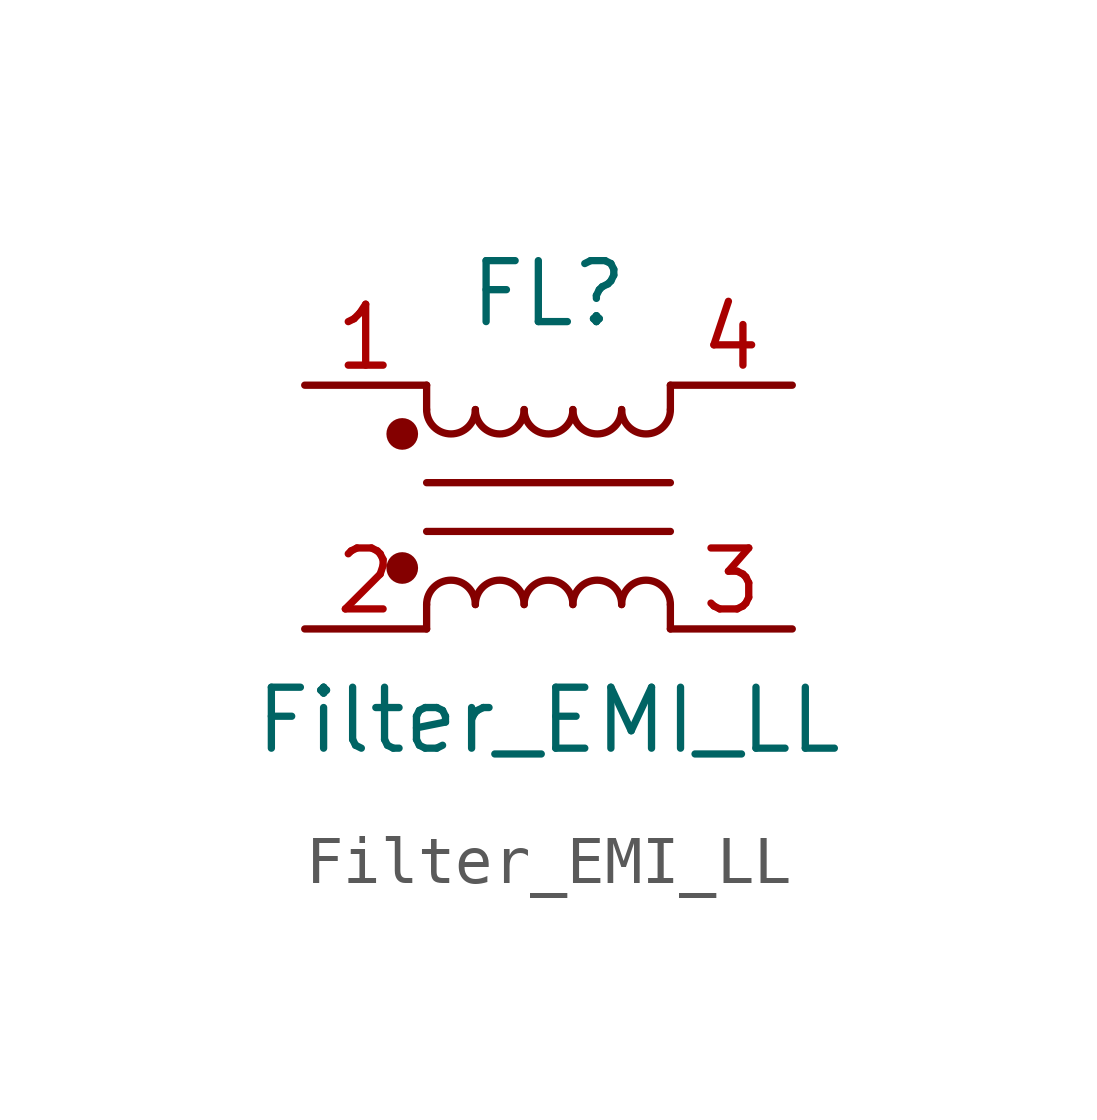
<source format=kicad_sym>
(kicad_symbol_lib
  (version 20241209)
  (generator "kicad_symbol_editor")
  (generator_version "9.0")
  (symbol "Filter_EMI_LL"
    (pin_names
      (offset 0.254)
      (hide yes))
    (property "Reference" "FL"
      (at 0 4.445 0)
      (effects (font (size 1.27 1.27))))
    (property "Value" "Filter_EMI_LL"
      (at 0 -4.445 0)
      (effects (font (size 1.27 1.27))))
    (symbol "Filter_EMI_LL_0_1"
      (circle (center -3.048 1.524) (radius 0.254) (stroke (width 0) (type default)) (fill (type outline)))
      (circle (center -3.048 -1.27) (radius 0.254) (stroke (width 0) (type default)) (fill (type outline)))
      (polyline (pts (xy -2.54 2.032) (xy -2.54 2.54)) (stroke (width 0) (type default)) (fill (type none)))
      (polyline (pts (xy -2.54 0.508) (xy 2.54 0.508)) (stroke (width 0) (type default)) (fill (type none)))
      (polyline (pts (xy -2.54 -2.032) (xy -2.54 -2.54)) (stroke (width 0) (type default)) (fill (type none)))
      (arc (start -1.524 2.032) (mid -2.032 1.5262) (end -2.54 2.032) (stroke (width 0) (type default)) (fill (type none)))
      (arc (start -2.54 -2.032) (mid -2.032 -1.5262) (end -1.524 -2.032) (stroke (width 0) (type default)) (fill (type none)))
      (arc (start -0.508 2.032) (mid -1.016 1.5262) (end -1.524 2.032) (stroke (width 0) (type default)) (fill (type none)))
      (arc (start -1.524 -2.032) (mid -1.016 -1.5262) (end -0.508 -2.032) (stroke (width 0) (type default)) (fill (type none)))
      (arc (start 0.508 2.032) (mid 0 1.5262) (end -0.508 2.032) (stroke (width 0) (type default)) (fill (type none)))
      (arc (start -0.508 -2.032) (mid 0 -1.5262) (end 0.508 -2.032) (stroke (width 0) (type default)) (fill (type none)))
      (arc (start 1.524 2.032) (mid 1.016 1.5262) (end 0.508 2.032) (stroke (width 0) (type default)) (fill (type none)))
      (arc (start 0.508 -2.032) (mid 1.016 -1.5262) (end 1.524 -2.032) (stroke (width 0) (type default)) (fill (type none)))
      (arc (start 2.54 2.032) (mid 2.032 1.5262) (end 1.524 2.032) (stroke (width 0) (type default)) (fill (type none)))
      (arc (start 1.524 -2.032) (mid 2.032 -1.5262) (end 2.54 -2.032) (stroke (width 0) (type default)) (fill (type none)))
      (polyline (pts (xy 2.54 2.54) (xy 2.54 2.032)) (stroke (width 0) (type default)) (fill (type none)))
      (polyline (pts (xy 2.54 -0.508) (xy -2.54 -0.508)) (stroke (width 0) (type default)) (fill (type none)))
      (polyline (pts (xy 2.54 -2.032) (xy 2.54 -2.54)) (stroke (width 0) (type default)) (fill (type none))))
    (symbol "Filter_EMI_LL_1_1"
      (pin passive line (at -5.08 2.54 0) (length 2.54) (name "1" (effects (font (size 1.27 1.27)))) (number "1" (effects (font (size 1.27 1.27)))))
      (pin passive line (at -5.08 -2.54 0) (length 2.54) (name "2" (effects (font (size 1.27 1.27)))) (number "2" (effects (font (size 1.27 1.27)))))
      (pin passive line (at 5.08 2.54 180) (length 2.54) (name "4" (effects (font (size 1.27 1.27)))) (number "4" (effects (font (size 1.27 1.27)))))
      (pin passive line (at 5.08 -2.54 180) (length 2.54) (name "3" (effects (font (size 1.27 1.27)))) (number "3" (effects (font (size 1.27 1.27))))))))
</source>
